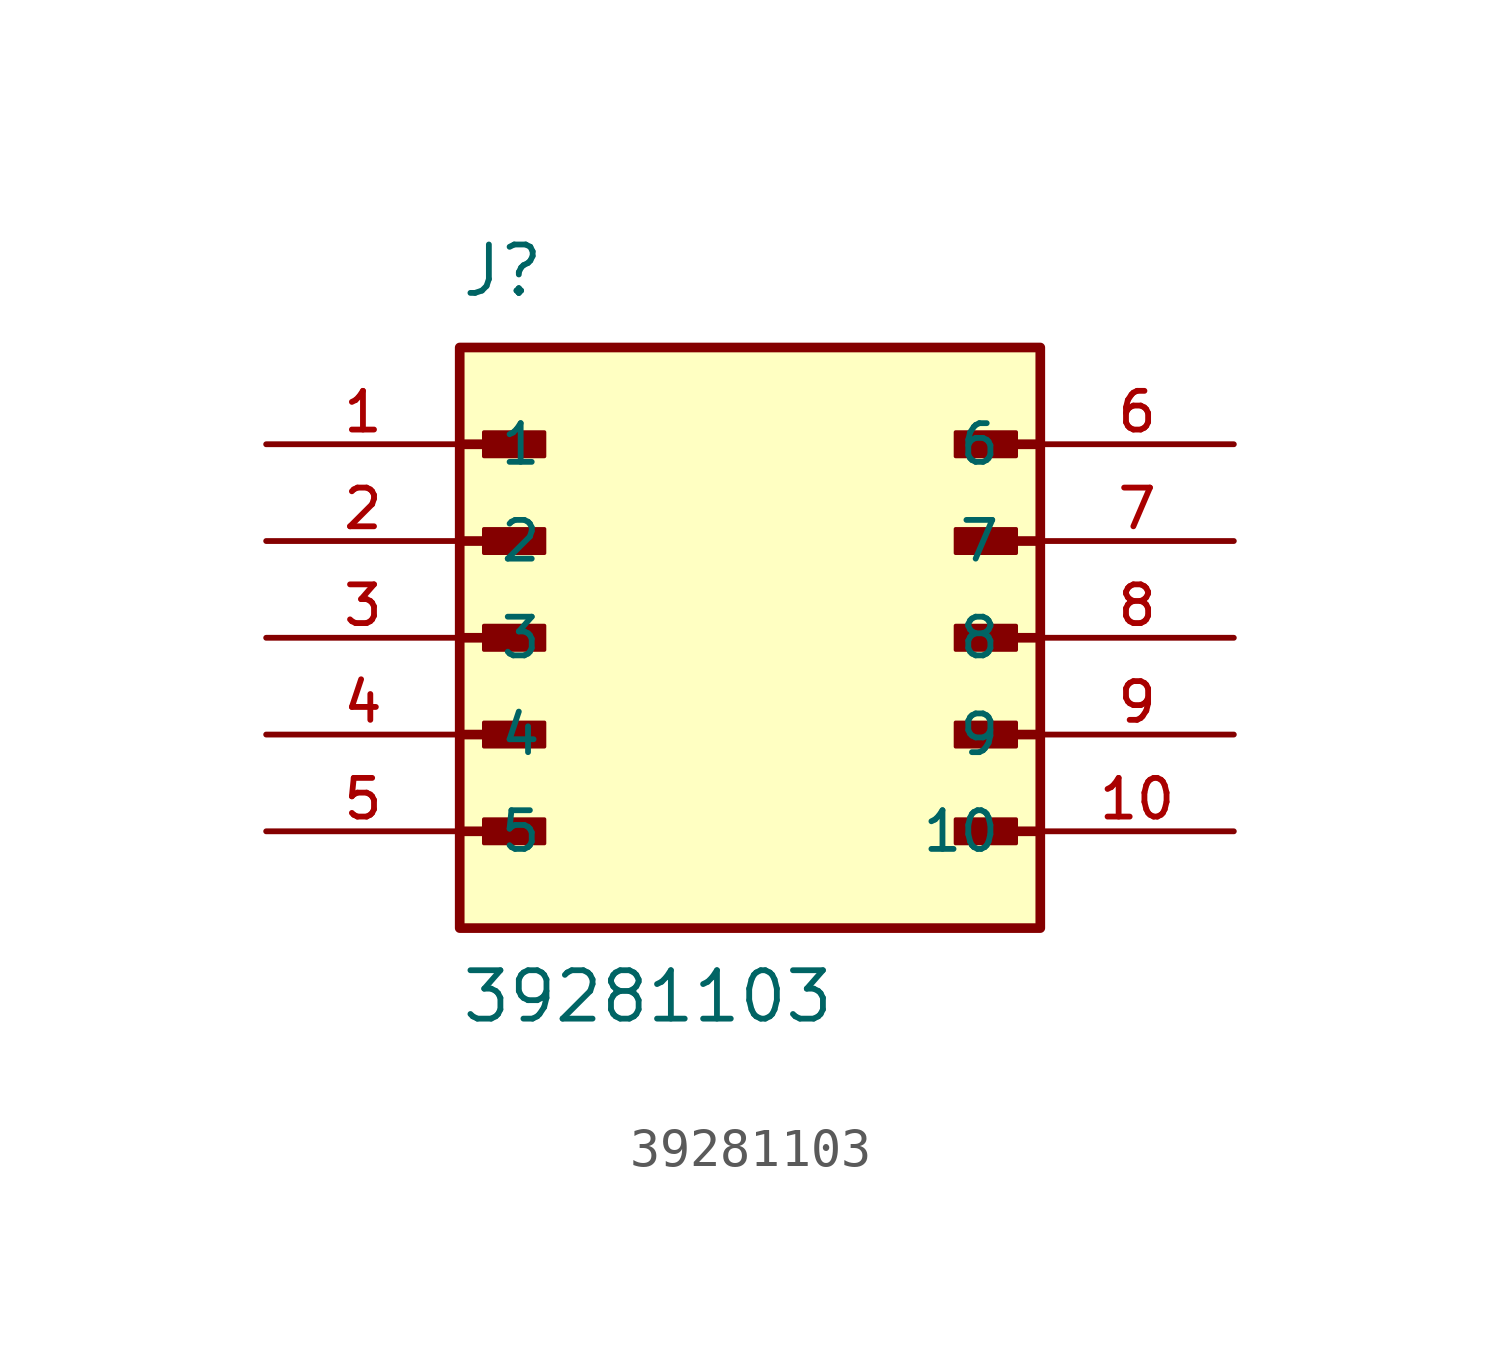
<source format=kicad_sym>
(kicad_symbol_lib
  (version 20211014)
  (generator kicad_symbol_editor)
  (symbol "39281103"
    (pin_names
      (offset 1.016))
    (property "Reference" "J"
      (at -7.62 8.89 0)
      (effects (font (size 1.27 1.27)) (justify bottom left)))
    (property "Value" "39281103"
      (at -7.62 -10.16 0)
      (effects (font (size 1.27 1.27)) (justify bottom left)))
    (symbol "39281103_0_0"
      (polyline (pts (xy -7.62 5.08) (xy -5.715 5.08)) (stroke (width 0.254)))
      (rectangle (start -6.985 4.763) (end -5.397 5.397) (stroke (width 0.1)) (fill (type outline)))
      (polyline (pts (xy -7.62 2.54) (xy -5.715 2.54)) (stroke (width 0.254)))
      (rectangle (start -6.985 2.223) (end -5.397 2.857) (stroke (width 0.1)) (fill (type outline)))
      (polyline (pts (xy -7.62 0.0) (xy -5.715 0.0)) (stroke (width 0.254)))
      (rectangle (start -6.985 -0.318) (end -5.397 0.318) (stroke (width 0.1)) (fill (type outline)))
      (polyline (pts (xy -7.62 -2.54) (xy -5.715 -2.54)) (stroke (width 0.254)))
      (rectangle (start -6.985 -2.857) (end -5.397 -2.223) (stroke (width 0.1)) (fill (type outline)))
      (polyline (pts (xy -7.62 -5.08) (xy -5.715 -5.08)) (stroke (width 0.254)))
      (rectangle (start -6.985 -5.397) (end -5.397 -4.763) (stroke (width 0.1)) (fill (type outline)))
      (polyline (pts (xy 7.62 -5.08) (xy 5.715 -5.08)) (stroke (width 0.254)))
      (rectangle (start 5.397 -5.397) (end 6.985 -4.763) (stroke (width 0.1)) (fill (type outline)))
      (polyline (pts (xy 7.62 -2.54) (xy 5.715 -2.54)) (stroke (width 0.254)))
      (rectangle (start 5.397 -2.857) (end 6.985 -2.223) (stroke (width 0.1)) (fill (type outline)))
      (polyline (pts (xy 7.62 0.0) (xy 5.715 0.0)) (stroke (width 0.254)))
      (rectangle (start 5.397 -0.318) (end 6.985 0.318) (stroke (width 0.1)) (fill (type outline)))
      (polyline (pts (xy 7.62 2.54) (xy 5.715 2.54)) (stroke (width 0.254)))
      (rectangle (start 5.397 2.223) (end 6.985 2.857) (stroke (width 0.1)) (fill (type outline)))
      (polyline (pts (xy 7.62 5.08) (xy 5.715 5.08)) (stroke (width 0.254)))
      (rectangle (start 5.397 4.763) (end 6.985 5.397) (stroke (width 0.1)) (fill (type outline)))
      (rectangle (start -7.62 -7.62) (end 7.62 7.62) (stroke (width 0.254)) (fill (type background)))
      (pin passive line (at -12.7 5.08 0) (length 5.08) (name "1" (effects (font (size 1.016 1.016)))) (number "1" (effects (font (size 1.016 1.016)))))
      (pin passive line (at -12.7 2.54 0) (length 5.08) (name "2" (effects (font (size 1.016 1.016)))) (number "2" (effects (font (size 1.016 1.016)))))
      (pin passive line (at -12.7 0.0 0) (length 5.08) (name "3" (effects (font (size 1.016 1.016)))) (number "3" (effects (font (size 1.016 1.016)))))
      (pin passive line (at -12.7 -2.54 0) (length 5.08) (name "4" (effects (font (size 1.016 1.016)))) (number "4" (effects (font (size 1.016 1.016)))))
      (pin passive line (at -12.7 -5.08 0) (length 5.08) (name "5" (effects (font (size 1.016 1.016)))) (number "5" (effects (font (size 1.016 1.016)))))
      (pin passive line (at 12.7 5.08 180.0) (length 5.08) (name "6" (effects (font (size 1.016 1.016)))) (number "6" (effects (font (size 1.016 1.016)))))
      (pin passive line (at 12.7 2.54 180.0) (length 5.08) (name "7" (effects (font (size 1.016 1.016)))) (number "7" (effects (font (size 1.016 1.016)))))
      (pin passive line (at 12.7 0.0 180.0) (length 5.08) (name "8" (effects (font (size 1.016 1.016)))) (number "8" (effects (font (size 1.016 1.016)))))
      (pin passive line (at 12.7 -2.54 180.0) (length 5.08) (name "9" (effects (font (size 1.016 1.016)))) (number "9" (effects (font (size 1.016 1.016)))))
      (pin passive line (at 12.7 -5.08 180.0) (length 5.08) (name "10" (effects (font (size 1.016 1.016)))) (number "10" (effects (font (size 1.016 1.016))))))))
</source>
